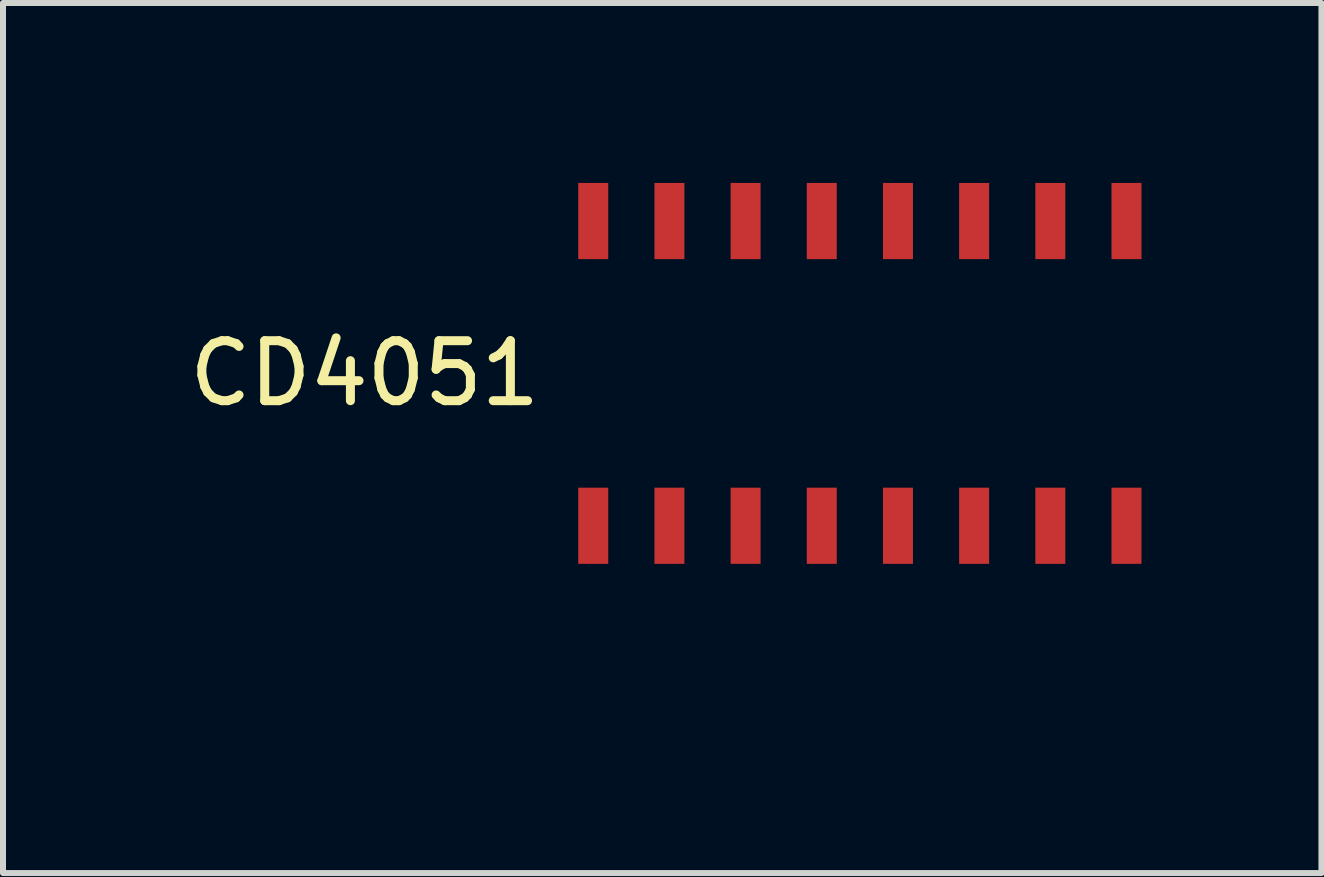
<source format=kicad_pcb>
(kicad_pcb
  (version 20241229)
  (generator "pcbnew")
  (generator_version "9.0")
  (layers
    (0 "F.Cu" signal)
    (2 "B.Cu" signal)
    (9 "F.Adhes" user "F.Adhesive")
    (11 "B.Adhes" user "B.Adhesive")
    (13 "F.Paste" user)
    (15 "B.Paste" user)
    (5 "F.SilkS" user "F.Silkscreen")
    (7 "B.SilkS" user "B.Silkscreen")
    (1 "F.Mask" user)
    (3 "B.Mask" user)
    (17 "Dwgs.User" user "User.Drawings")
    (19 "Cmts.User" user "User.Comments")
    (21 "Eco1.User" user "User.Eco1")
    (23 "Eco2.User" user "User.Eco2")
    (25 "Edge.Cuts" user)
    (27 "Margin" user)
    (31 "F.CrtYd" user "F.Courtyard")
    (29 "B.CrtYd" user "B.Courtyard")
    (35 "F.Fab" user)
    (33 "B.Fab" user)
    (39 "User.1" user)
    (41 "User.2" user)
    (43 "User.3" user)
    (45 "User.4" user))
  (footprint "CD4051"
    (layer "F.Cu")
    (at 4.3 8.255)
    (property "Reference" "CD4051" (at -1.27 -5.08 0) (layer "F.SilkS") (effects (font (size 1 1) (thickness 0.15))))
    (attr through_hole)
    (pad "1" smd rect (at 2.54 -2.54 90) (size 1.27 0.5) (layers "F.Cu" "F.Mask" "F.Paste"))
    (pad "2" smd rect (at 3.81 -2.54 90) (size 1.27 0.5) (layers "F.Cu" "F.Mask" "F.Paste"))
    (pad "3" smd rect (at 5.08 -2.54 90) (size 1.27 0.5) (layers "F.Cu" "F.Mask" "F.Paste"))
    (pad "4" smd rect (at 6.35 -2.54 90) (size 1.27 0.5) (layers "F.Cu" "F.Mask" "F.Paste"))
    (pad "5" smd rect (at 7.62 -2.54 90) (size 1.27 0.5) (layers "F.Cu" "F.Mask" "F.Paste"))
    (pad "6" smd rect (at 8.89 -2.54 90) (size 1.27 0.5) (layers "F.Cu" "F.Mask" "F.Paste"))
    (pad "7" smd rect (at 10.16 -2.54 90) (size 1.27 0.5) (layers "F.Cu" "F.Mask" "F.Paste"))
    (pad "8" smd rect (at 11.43 -2.54 90) (size 1.27 0.5) (layers "F.Cu" "F.Mask" "F.Paste"))
    (pad "9" smd rect (at 11.43 -7.62 90) (size 1.27 0.5) (layers "F.Cu" "F.Mask" "F.Paste"))
    (pad "10" smd rect (at 10.16 -7.62 90) (size 1.27 0.5) (layers "F.Cu" "F.Mask" "F.Paste"))
    (pad "11" smd rect (at 8.89 -7.62 90) (size 1.27 0.5) (layers "F.Cu" "F.Mask" "F.Paste"))
    (pad "12" smd rect (at 7.62 -7.62 90) (size 1.27 0.5) (layers "F.Cu" "F.Mask" "F.Paste"))
    (pad "13" smd rect (at 6.35 -7.62 90) (size 1.27 0.5) (layers "F.Cu" "F.Mask" "F.Paste"))
    (pad "14" smd rect (at 5.08 -7.62 90) (size 1.27 0.5) (layers "F.Cu" "F.Mask" "F.Paste"))
    (pad "15" smd rect (at 3.81 -7.62 90) (size 1.27 0.5) (layers "F.Cu" "F.Mask" "F.Paste"))
    (pad "16" smd rect (at 2.54 -7.62 90) (size 1.27 0.5) (layers "F.Cu" "F.Mask" "F.Paste")))
  (gr_rect
    (start -3 -3)
    (end 18.98 11.505)
    (stroke (width 0.1) (type default))
    (fill no)
    (layer "Edge.Cuts")))
</source>
